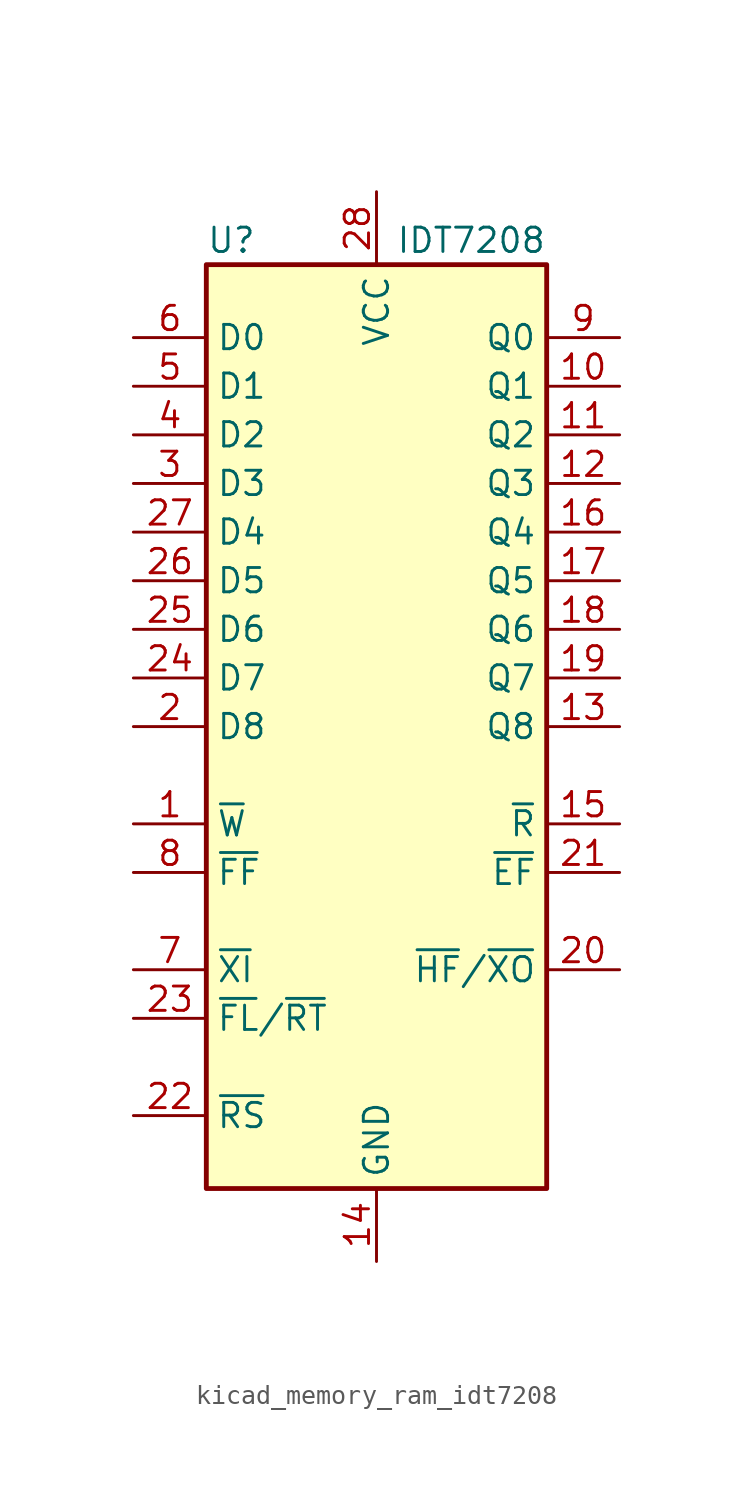
<source format=kicad_sym>
(kicad_symbol_lib
  (version 20220914)
  (generator kicad_symbol_editor)
  (symbol "kicad_memory_ram_idt7208"
    (property "Reference" "U"
      (at -8.89 25.4 0)
      (effects (font (size 1.27 1.27)) (justify left)))
    (property "Value" "IDT7208"
      (at 8.89 25.4 0)
      (effects (font (size 1.27 1.27)) (justify right)))
    (symbol "kicad_memory_ram_idt7208_0_1"
      (rectangle (start -8.89 24.13) (end 8.89 -24.13) (stroke (width 0.254) (type default)) (fill (type background)))
      (pin input line (at -12.7 -5.08 0) (length 3.81) (name "~{W}" (effects (font (size 1.27 1.27)))) (number "1" (effects (font (size 1.27 1.27)))))
      (pin output line (at 12.7 17.78 180) (length 3.81) (name "Q1" (effects (font (size 1.27 1.27)))) (number "10" (effects (font (size 1.27 1.27)))))
      (pin output line (at 12.7 15.24 180) (length 3.81) (name "Q2" (effects (font (size 1.27 1.27)))) (number "11" (effects (font (size 1.27 1.27)))))
      (pin output line (at 12.7 12.7 180) (length 3.81) (name "Q3" (effects (font (size 1.27 1.27)))) (number "12" (effects (font (size 1.27 1.27)))))
      (pin output line (at 12.7 0 180) (length 3.81) (name "Q8" (effects (font (size 1.27 1.27)))) (number "13" (effects (font (size 1.27 1.27)))))
      (pin power_in line (at 0 -27.94 90) (length 3.81) (name "GND" (effects (font (size 1.27 1.27)))) (number "14" (effects (font (size 1.27 1.27)))))
      (pin input line (at 12.7 -5.08 180) (length 3.81) (name "~{R}" (effects (font (size 1.27 1.27)))) (number "15" (effects (font (size 1.27 1.27)))))
      (pin output line (at 12.7 10.16 180) (length 3.81) (name "Q4" (effects (font (size 1.27 1.27)))) (number "16" (effects (font (size 1.27 1.27)))))
      (pin output line (at 12.7 7.62 180) (length 3.81) (name "Q5" (effects (font (size 1.27 1.27)))) (number "17" (effects (font (size 1.27 1.27)))))
      (pin output line (at 12.7 5.08 180) (length 3.81) (name "Q6" (effects (font (size 1.27 1.27)))) (number "18" (effects (font (size 1.27 1.27)))))
      (pin output line (at 12.7 2.54 180) (length 3.81) (name "Q7" (effects (font (size 1.27 1.27)))) (number "19" (effects (font (size 1.27 1.27)))))
      (pin input line (at -12.7 0 0) (length 3.81) (name "D8" (effects (font (size 1.27 1.27)))) (number "2" (effects (font (size 1.27 1.27)))))
      (pin output line (at 12.7 -12.7 180) (length 3.81) (name "~{HF}/~{XO}" (effects (font (size 1.27 1.27)))) (number "20" (effects (font (size 1.27 1.27)))))
      (pin output line (at 12.7 -7.62 180) (length 3.81) (name "~{EF}" (effects (font (size 1.27 1.27)))) (number "21" (effects (font (size 1.27 1.27)))))
      (pin input line (at -12.7 -20.32 0) (length 3.81) (name "~{RS}" (effects (font (size 1.27 1.27)))) (number "22" (effects (font (size 1.27 1.27)))))
      (pin input line (at -12.7 -15.24 0) (length 3.81) (name "~{FL}/~{RT}" (effects (font (size 1.27 1.27)))) (number "23" (effects (font (size 1.27 1.27)))))
      (pin input line (at -12.7 2.54 0) (length 3.81) (name "D7" (effects (font (size 1.27 1.27)))) (number "24" (effects (font (size 1.27 1.27)))))
      (pin input line (at -12.7 5.08 0) (length 3.81) (name "D6" (effects (font (size 1.27 1.27)))) (number "25" (effects (font (size 1.27 1.27)))))
      (pin input line (at -12.7 7.62 0) (length 3.81) (name "D5" (effects (font (size 1.27 1.27)))) (number "26" (effects (font (size 1.27 1.27)))))
      (pin input line (at -12.7 10.16 0) (length 3.81) (name "D4" (effects (font (size 1.27 1.27)))) (number "27" (effects (font (size 1.27 1.27)))))
      (pin power_in line (at 0 27.94 270) (length 3.81) (name "VCC" (effects (font (size 1.27 1.27)))) (number "28" (effects (font (size 1.27 1.27)))))
      (pin input line (at -12.7 12.7 0) (length 3.81) (name "D3" (effects (font (size 1.27 1.27)))) (number "3" (effects (font (size 1.27 1.27)))))
      (pin input line (at -12.7 15.24 0) (length 3.81) (name "D2" (effects (font (size 1.27 1.27)))) (number "4" (effects (font (size 1.27 1.27)))))
      (pin input line (at -12.7 17.78 0) (length 3.81) (name "D1" (effects (font (size 1.27 1.27)))) (number "5" (effects (font (size 1.27 1.27)))))
      (pin input line (at -12.7 20.32 0) (length 3.81) (name "D0" (effects (font (size 1.27 1.27)))) (number "6" (effects (font (size 1.27 1.27)))))
      (pin input line (at -12.7 -12.7 0) (length 3.81) (name "~{XI}" (effects (font (size 1.27 1.27)))) (number "7" (effects (font (size 1.27 1.27)))))
      (pin output line (at -12.7 -7.62 0) (length 3.81) (name "~{FF}" (effects (font (size 1.27 1.27)))) (number "8" (effects (font (size 1.27 1.27)))))
      (pin output line (at 12.7 20.32 180) (length 3.81) (name "Q0" (effects (font (size 1.27 1.27)))) (number "9" (effects (font (size 1.27 1.27))))))))
</source>
